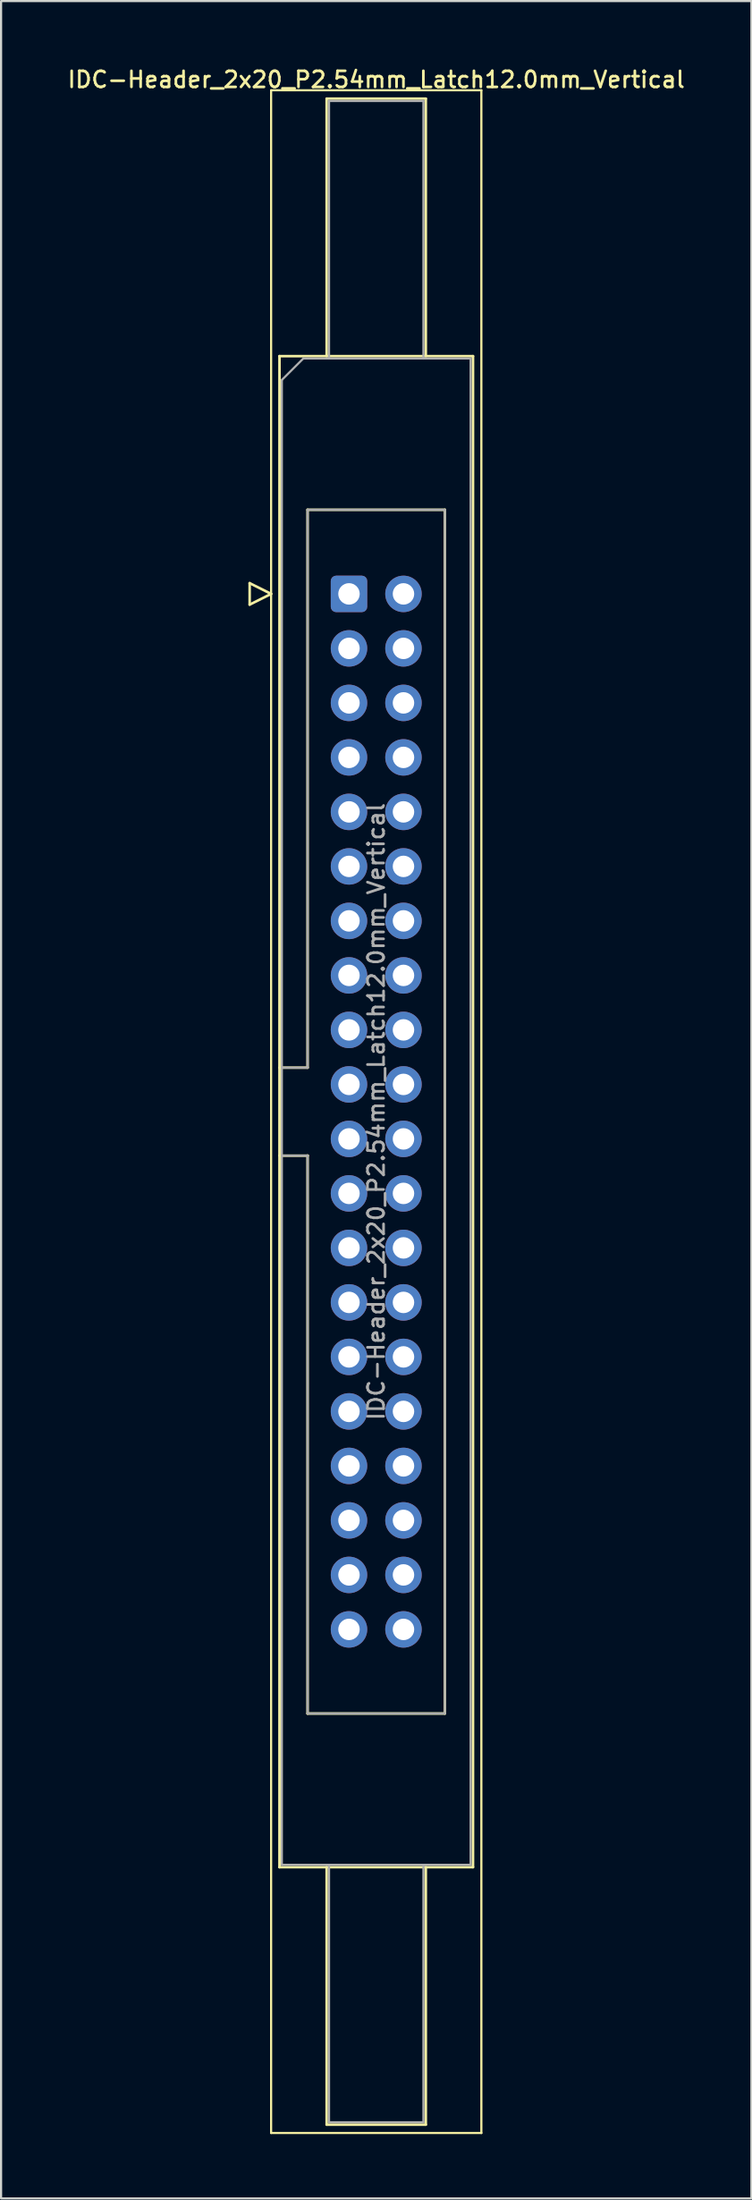
<source format=kicad_pcb>
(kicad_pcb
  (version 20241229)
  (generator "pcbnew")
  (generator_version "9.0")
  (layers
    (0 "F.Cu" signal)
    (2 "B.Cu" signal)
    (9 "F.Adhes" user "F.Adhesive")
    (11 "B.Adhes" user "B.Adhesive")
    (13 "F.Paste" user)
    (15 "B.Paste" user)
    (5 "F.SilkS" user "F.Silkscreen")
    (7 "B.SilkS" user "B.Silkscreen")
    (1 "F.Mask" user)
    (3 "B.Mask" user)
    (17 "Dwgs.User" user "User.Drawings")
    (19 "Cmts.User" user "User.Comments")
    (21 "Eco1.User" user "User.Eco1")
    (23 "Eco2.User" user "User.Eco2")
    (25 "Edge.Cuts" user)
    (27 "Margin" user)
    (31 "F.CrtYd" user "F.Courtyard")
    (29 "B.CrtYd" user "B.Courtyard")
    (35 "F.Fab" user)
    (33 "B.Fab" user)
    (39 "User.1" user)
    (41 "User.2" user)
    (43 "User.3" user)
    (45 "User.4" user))
  (footprint "IDC-Header_2x20_P2.54mm_Latch12.0mm_Vertical"
    (layer "F.Cu")
    (at 13.217 24.628)
    (property "Reference" "IDC-Header_2x20_P2.54mm_Latch12.0mm_Vertical" (at 1.27 -23.97 0) (layer "F.SilkS") (effects (font (size 0.75 0.75) (thickness 0.125))))
    (attr through_hole)
    (fp_line (start -4.63 -0.5) (end -4.63 0.5) (stroke (width 0.12) (type solid)) (layer "F.SilkS"))
    (fp_line (start -4.63 0.5) (end -3.63 0) (stroke (width 0.12) (type solid)) (layer "F.SilkS"))
    (fp_line (start -3.63 -23.47) (end -3.63 71.73) (stroke (width 0.1) (type solid)) (layer "F.SilkS"))
    (fp_line (start -3.63 0) (end -4.63 -0.5) (stroke (width 0.12) (type solid)) (layer "F.SilkS"))
    (fp_line (start -3.63 71.73) (end 6.17 71.73) (stroke (width 0.1) (type solid)) (layer "F.SilkS"))
    (fp_line (start -3.24 -11.08) (end 5.78 -11.08) (stroke (width 0.12) (type solid)) (layer "F.SilkS"))
    (fp_line (start -3.24 22.08) (end -1.93 22.08) (stroke (width 0.12) (type solid)) (layer "F.SilkS"))
    (fp_line (start -3.24 59.34) (end -3.24 -11.08) (stroke (width 0.12) (type solid)) (layer "F.SilkS"))
    (fp_line (start -1.93 -3.92) (end 4.47 -3.92) (stroke (width 0.12) (type solid)) (layer "F.SilkS"))
    (fp_line (start -1.93 22.08) (end -1.93 -3.92) (stroke (width 0.12) (type solid)) (layer "F.SilkS"))
    (fp_line (start -1.93 26.18) (end -3.24 26.18) (stroke (width 0.12) (type solid)) (layer "F.SilkS"))
    (fp_line (start -1.93 26.18) (end -1.93 26.18) (stroke (width 0.12) (type solid)) (layer "F.SilkS"))
    (fp_line (start -1.93 52.18) (end -1.93 26.18) (stroke (width 0.12) (type solid)) (layer "F.SilkS"))
    (fp_line (start -1.04 -23.08) (end 3.58 -23.08) (stroke (width 0.12) (type solid)) (layer "F.SilkS"))
    (fp_line (start -1.04 -11.08) (end -1.04 -23.08) (stroke (width 0.12) (type solid)) (layer "F.SilkS"))
    (fp_line (start -1.04 59.34) (end -1.04 71.34) (stroke (width 0.12) (type solid)) (layer "F.SilkS"))
    (fp_line (start -1.04 71.34) (end 3.58 71.34) (stroke (width 0.12) (type solid)) (layer "F.SilkS"))
    (fp_line (start 3.58 -23.08) (end 3.58 -11.08) (stroke (width 0.12) (type solid)) (layer "F.SilkS"))
    (fp_line (start 3.58 71.34) (end 3.58 59.34) (stroke (width 0.12) (type solid)) (layer "F.SilkS"))
    (fp_line (start 4.47 -3.92) (end 4.47 52.18) (stroke (width 0.12) (type solid)) (layer "F.SilkS"))
    (fp_line (start 4.47 52.18) (end -1.93 52.18) (stroke (width 0.12) (type solid)) (layer "F.SilkS"))
    (fp_line (start 5.78 -11.08) (end 5.78 59.34) (stroke (width 0.12) (type solid)) (layer "F.SilkS"))
    (fp_line (start 5.78 59.34) (end -3.24 59.34) (stroke (width 0.12) (type solid)) (layer "F.SilkS"))
    (fp_line (start 6.17 -23.47) (end -3.63 -23.47) (stroke (width 0.1) (type solid)) (layer "F.SilkS"))
    (fp_line (start 6.17 71.73) (end 6.17 -23.47) (stroke (width 0.1) (type solid)) (layer "F.SilkS"))
    (fp_line (start -3.13 -9.97) (end -2.13 -10.97) (stroke (width 0.1) (type solid)) (layer "F.Fab"))
    (fp_line (start -3.13 22.08) (end -1.93 22.08) (stroke (width 0.1) (type solid)) (layer "F.Fab"))
    (fp_line (start -3.13 59.23) (end -3.13 -9.97) (stroke (width 0.1) (type solid)) (layer "F.Fab"))
    (fp_line (start -2.13 -10.97) (end 5.67 -10.97) (stroke (width 0.1) (type solid)) (layer "F.Fab"))
    (fp_line (start -1.93 -3.92) (end 4.47 -3.92) (stroke (width 0.1) (type solid)) (layer "F.Fab"))
    (fp_line (start -1.93 22.08) (end -1.93 -3.92) (stroke (width 0.1) (type solid)) (layer "F.Fab"))
    (fp_line (start -1.93 26.18) (end -3.13 26.18) (stroke (width 0.1) (type solid)) (layer "F.Fab"))
    (fp_line (start -1.93 26.18) (end -1.93 26.18) (stroke (width 0.1) (type solid)) (layer "F.Fab"))
    (fp_line (start -1.93 52.18) (end -1.93 26.18) (stroke (width 0.1) (type solid)) (layer "F.Fab"))
    (fp_line (start -0.93 -22.97) (end 3.47 -22.97) (stroke (width 0.1) (type solid)) (layer "F.Fab"))
    (fp_line (start -0.93 -10.97) (end -0.93 -22.97) (stroke (width 0.1) (type solid)) (layer "F.Fab"))
    (fp_line (start -0.93 59.23) (end -0.93 71.23) (stroke (width 0.1) (type solid)) (layer "F.Fab"))
    (fp_line (start -0.93 71.23) (end 3.47 71.23) (stroke (width 0.1) (type solid)) (layer "F.Fab"))
    (fp_line (start 3.47 -22.97) (end 3.47 -10.97) (stroke (width 0.1) (type solid)) (layer "F.Fab"))
    (fp_line (start 3.47 71.23) (end 3.47 59.23) (stroke (width 0.1) (type solid)) (layer "F.Fab"))
    (fp_line (start 4.47 -3.92) (end 4.47 52.18) (stroke (width 0.1) (type solid)) (layer "F.Fab"))
    (fp_line (start 4.47 52.18) (end -1.93 52.18) (stroke (width 0.1) (type solid)) (layer "F.Fab"))
    (fp_line (start 5.67 -10.97) (end 5.67 59.23) (stroke (width 0.1) (type solid)) (layer "F.Fab"))
    (fp_line (start 5.67 59.23) (end -3.13 59.23) (stroke (width 0.1) (type solid)) (layer "F.Fab"))
    (fp_text user "${REFERENCE}" (at 1.27 24.13 90) (layer "F.Fab") (effects (font (size 0.75 0.75) (thickness 0.125))))
    (pad "1" thru_hole roundrect (at 0 0) (size 1.7 1.7) (drill 1) (layers "*.Cu" "*.Mask") (roundrect_rratio 0.147))
    (pad "2" thru_hole circle (at 2.54 0) (size 1.7 1.7) (drill 1) (layers "*.Cu" "*.Mask"))
    (pad "3" thru_hole circle (at 0 2.54) (size 1.7 1.7) (drill 1) (layers "*.Cu" "*.Mask"))
    (pad "4" thru_hole circle (at 2.54 2.54) (size 1.7 1.7) (drill 1) (layers "*.Cu" "*.Mask"))
    (pad "5" thru_hole circle (at 0 5.08) (size 1.7 1.7) (drill 1) (layers "*.Cu" "*.Mask"))
    (pad "6" thru_hole circle (at 2.54 5.08) (size 1.7 1.7) (drill 1) (layers "*.Cu" "*.Mask"))
    (pad "7" thru_hole circle (at 0 7.62) (size 1.7 1.7) (drill 1) (layers "*.Cu" "*.Mask"))
    (pad "8" thru_hole circle (at 2.54 7.62) (size 1.7 1.7) (drill 1) (layers "*.Cu" "*.Mask"))
    (pad "9" thru_hole circle (at 0 10.16) (size 1.7 1.7) (drill 1) (layers "*.Cu" "*.Mask"))
    (pad "10" thru_hole circle (at 2.54 10.16) (size 1.7 1.7) (drill 1) (layers "*.Cu" "*.Mask"))
    (pad "11" thru_hole circle (at 0 12.7) (size 1.7 1.7) (drill 1) (layers "*.Cu" "*.Mask"))
    (pad "12" thru_hole circle (at 2.54 12.7) (size 1.7 1.7) (drill 1) (layers "*.Cu" "*.Mask"))
    (pad "13" thru_hole circle (at 0 15.24) (size 1.7 1.7) (drill 1) (layers "*.Cu" "*.Mask"))
    (pad "14" thru_hole circle (at 2.54 15.24) (size 1.7 1.7) (drill 1) (layers "*.Cu" "*.Mask"))
    (pad "15" thru_hole circle (at 0 17.78) (size 1.7 1.7) (drill 1) (layers "*.Cu" "*.Mask"))
    (pad "16" thru_hole circle (at 2.54 17.78) (size 1.7 1.7) (drill 1) (layers "*.Cu" "*.Mask"))
    (pad "17" thru_hole circle (at 0 20.32) (size 1.7 1.7) (drill 1) (layers "*.Cu" "*.Mask"))
    (pad "18" thru_hole circle (at 2.54 20.32) (size 1.7 1.7) (drill 1) (layers "*.Cu" "*.Mask"))
    (pad "19" thru_hole circle (at 0 22.86) (size 1.7 1.7) (drill 1) (layers "*.Cu" "*.Mask"))
    (pad "20" thru_hole circle (at 2.54 22.86) (size 1.7 1.7) (drill 1) (layers "*.Cu" "*.Mask"))
    (pad "21" thru_hole circle (at 0 25.4) (size 1.7 1.7) (drill 1) (layers "*.Cu" "*.Mask"))
    (pad "22" thru_hole circle (at 2.54 25.4) (size 1.7 1.7) (drill 1) (layers "*.Cu" "*.Mask"))
    (pad "23" thru_hole circle (at 0 27.94) (size 1.7 1.7) (drill 1) (layers "*.Cu" "*.Mask"))
    (pad "24" thru_hole circle (at 2.54 27.94) (size 1.7 1.7) (drill 1) (layers "*.Cu" "*.Mask"))
    (pad "25" thru_hole circle (at 0 30.48) (size 1.7 1.7) (drill 1) (layers "*.Cu" "*.Mask"))
    (pad "26" thru_hole circle (at 2.54 30.48) (size 1.7 1.7) (drill 1) (layers "*.Cu" "*.Mask"))
    (pad "27" thru_hole circle (at 0 33.02) (size 1.7 1.7) (drill 1) (layers "*.Cu" "*.Mask"))
    (pad "28" thru_hole circle (at 2.54 33.02) (size 1.7 1.7) (drill 1) (layers "*.Cu" "*.Mask"))
    (pad "29" thru_hole circle (at 0 35.56) (size 1.7 1.7) (drill 1) (layers "*.Cu" "*.Mask"))
    (pad "30" thru_hole circle (at 2.54 35.56) (size 1.7 1.7) (drill 1) (layers "*.Cu" "*.Mask"))
    (pad "31" thru_hole circle (at 0 38.1) (size 1.7 1.7) (drill 1) (layers "*.Cu" "*.Mask"))
    (pad "32" thru_hole circle (at 2.54 38.1) (size 1.7 1.7) (drill 1) (layers "*.Cu" "*.Mask"))
    (pad "33" thru_hole circle (at 0 40.64) (size 1.7 1.7) (drill 1) (layers "*.Cu" "*.Mask"))
    (pad "34" thru_hole circle (at 2.54 40.64) (size 1.7 1.7) (drill 1) (layers "*.Cu" "*.Mask"))
    (pad "35" thru_hole circle (at 0 43.18) (size 1.7 1.7) (drill 1) (layers "*.Cu" "*.Mask"))
    (pad "36" thru_hole circle (at 2.54 43.18) (size 1.7 1.7) (drill 1) (layers "*.Cu" "*.Mask"))
    (pad "37" thru_hole circle (at 0 45.72) (size 1.7 1.7) (drill 1) (layers "*.Cu" "*.Mask"))
    (pad "38" thru_hole circle (at 2.54 45.72) (size 1.7 1.7) (drill 1) (layers "*.Cu" "*.Mask"))
    (pad "39" thru_hole circle (at 0 48.26) (size 1.7 1.7) (drill 1) (layers "*.Cu" "*.Mask"))
    (pad "40" thru_hole circle (at 2.54 48.26) (size 1.7 1.7) (drill 1) (layers "*.Cu" "*.Mask")))
  (gr_rect
    (start -3 -3)
    (end 31.975 99.408)
    (stroke (width 0.1) (type default))
    (fill no)
    (layer "Edge.Cuts")))
</source>
